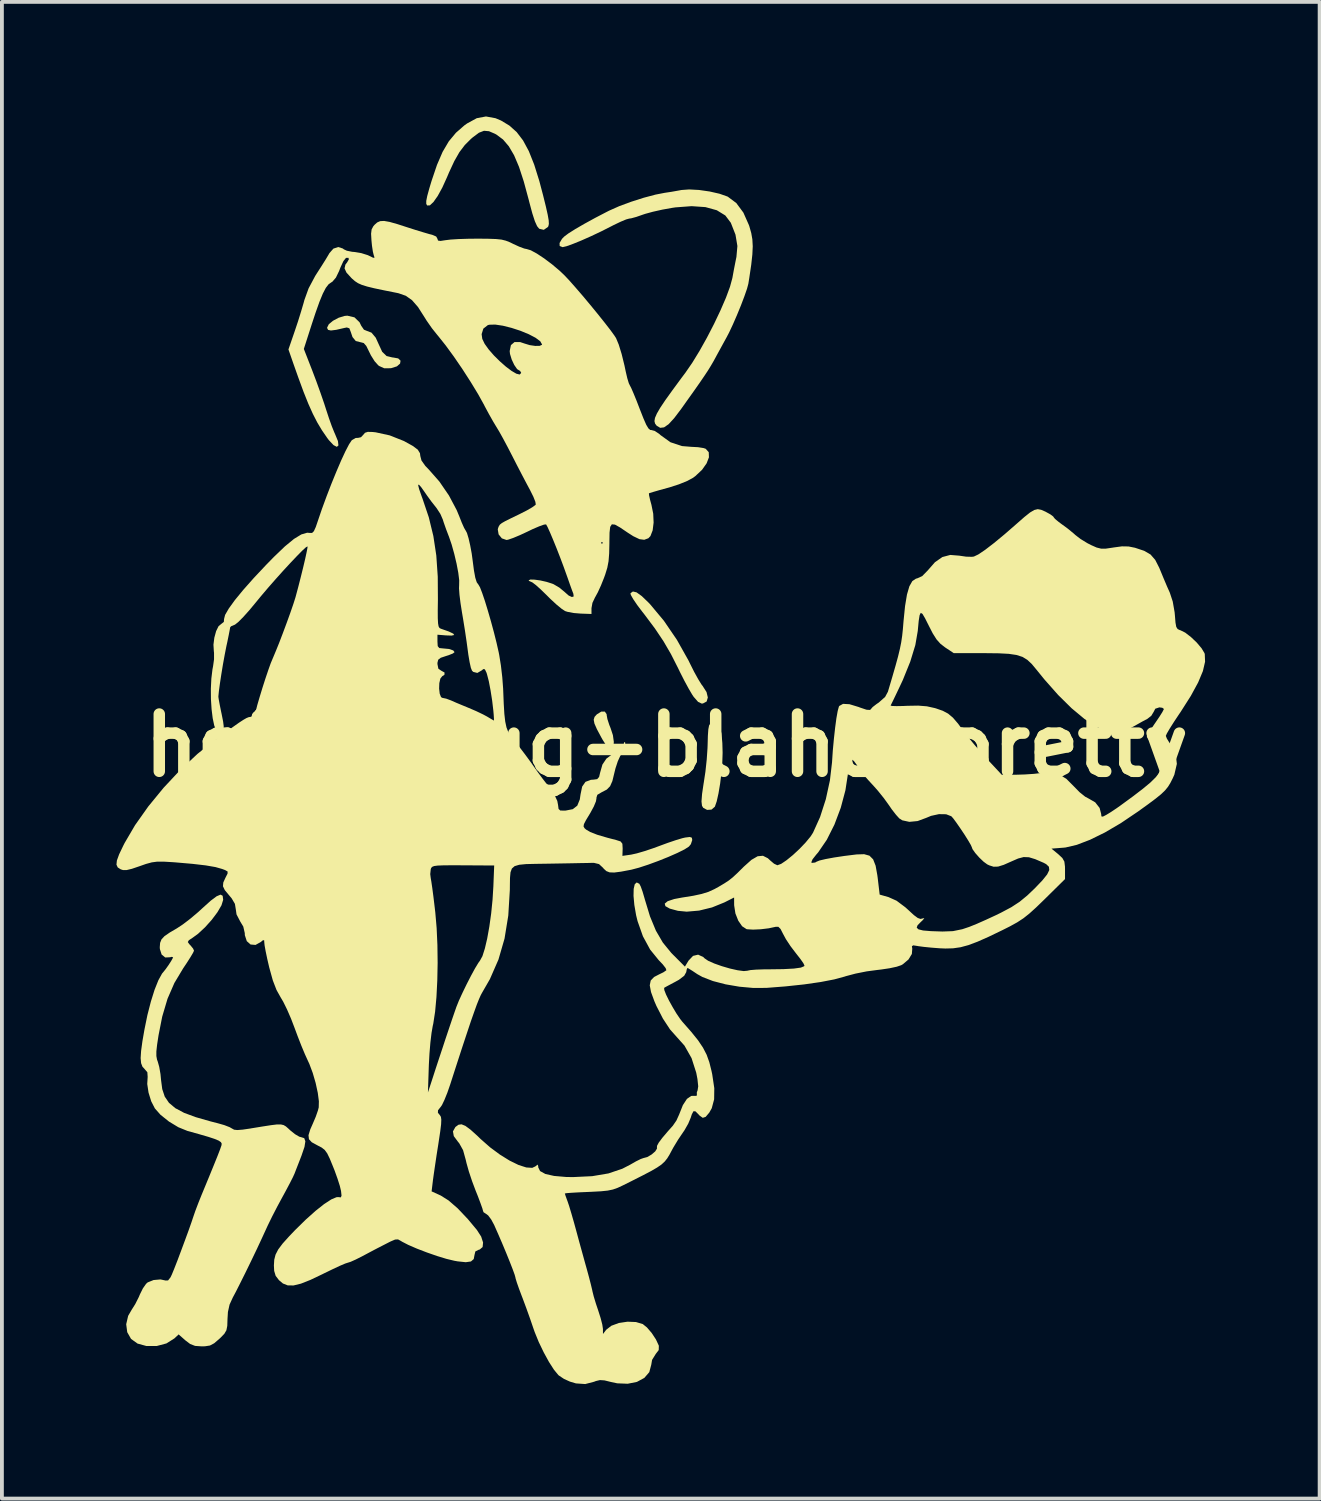
<source format=kicad_pcb>
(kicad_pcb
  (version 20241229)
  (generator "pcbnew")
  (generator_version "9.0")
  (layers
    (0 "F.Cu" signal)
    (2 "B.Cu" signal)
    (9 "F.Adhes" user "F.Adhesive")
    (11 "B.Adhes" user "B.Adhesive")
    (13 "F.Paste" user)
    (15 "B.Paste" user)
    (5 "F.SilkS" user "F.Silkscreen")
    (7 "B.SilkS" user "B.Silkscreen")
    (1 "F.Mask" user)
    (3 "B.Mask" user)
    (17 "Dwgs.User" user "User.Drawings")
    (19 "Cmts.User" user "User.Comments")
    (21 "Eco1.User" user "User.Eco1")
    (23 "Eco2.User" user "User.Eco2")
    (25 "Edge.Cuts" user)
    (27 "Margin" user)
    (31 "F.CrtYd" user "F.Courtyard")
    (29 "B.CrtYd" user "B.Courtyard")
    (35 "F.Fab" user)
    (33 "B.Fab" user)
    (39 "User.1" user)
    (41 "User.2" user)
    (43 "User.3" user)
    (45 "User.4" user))
  (footprint "heidi-hug-blahaj.pretty"
    (layer "F.Cu")
    (at 14.407 16.471)
    (property "Reference" "heidi-hug-blahaj.pretty" (at 0 0 0) (layer "F.SilkS") (effects (font (size 1.5 1.5) (thickness 0.3))))
    (attr board_only exclude_from_pos_files exclude_from_bom)
    (fp_poly (pts (xy -1.087 -0.083) (xy -1.081 -0.024) (xy -1.087 -0.017) (xy -1.117 -0.023) (xy -1.121 -0.05) (xy -1.102 -0.091)) (stroke (width 0) (type solid)) (fill yes) (layer "F.SilkS"))
    (fp_poly (pts (xy -1.571 -0.819) (xy -1.569 -0.794) (xy -1.55 -0.689) (xy -1.501 -0.538) (xy -1.466 -0.451) (xy -1.406 -0.268) (xy -1.382 -0.093) (xy -1.392 0.048) (xy -1.438 0.129) (xy -1.452 0.136) (xy -1.5 0.104) (xy -1.58 0.002) (xy -1.676 -0.149) (xy -1.713 -0.215) (xy -1.826 -0.427) (xy -1.89 -0.573) (xy -1.909 -0.673) (xy -1.886 -0.748) (xy -1.826 -0.814) (xy -1.711 -0.885) (xy -1.618 -0.886)) (stroke (width 0) (type solid)) (fill yes) (layer "F.SilkS"))
    (fp_poly (pts (xy 1.333 -0.569) (xy 1.396 -0.476) (xy 1.438 -0.31) (xy 1.46 -0.062) (xy 1.467 0.194) (xy 1.459 0.443) (xy 1.436 0.72) (xy 1.402 1) (xy 1.359 1.257) (xy 1.312 1.467) (xy 1.265 1.603) (xy 1.263 1.606) (xy 1.177 1.681) (xy 1.061 1.689) (xy 0.96 1.635) (xy 0.927 1.581) (xy 0.914 1.468) (xy 0.929 1.271) (xy 0.968 1.006) (xy 0.974 0.971) (xy 1.017 0.687) (xy 1.051 0.37) (xy 1.071 0.076) (xy 1.074 -0.000001) (xy 1.081 -0.252) (xy 1.093 -0.422) (xy 1.113 -0.524) (xy 1.148 -0.577) (xy 1.202 -0.596) (xy 1.247 -0.598)) (stroke (width 0) (type solid)) (fill yes) (layer "F.SilkS"))
    (fp_poly (pts (xy -0.786 -4.008) (xy -0.65 -3.91) (xy -0.467 -3.734) (xy -0.433 -3.698) (xy -0.072 -3.266) (xy 0.27 -2.765) (xy 0.572 -2.227) (xy 0.62 -2.129) (xy 0.724 -1.922) (xy 0.828 -1.734) (xy 0.914 -1.595) (xy 0.945 -1.555) (xy 1.046 -1.397) (xy 1.08 -1.255) (xy 1.049 -1.15) (xy 0.952 -1.098) (xy 0.917 -1.096) (xy 0.824 -1.141) (xy 0.709 -1.272) (xy 0.669 -1.332) (xy 0.579 -1.485) (xy 0.466 -1.693) (xy 0.35 -1.921) (xy 0.303 -2.019) (xy 0.115 -2.39) (xy -0.081 -2.727) (xy -0.305 -3.061) (xy -0.578 -3.426) (xy -0.635 -3.498) (xy -0.77 -3.677) (xy -0.874 -3.83) (xy -0.936 -3.939) (xy -0.947 -3.984) (xy -0.882 -4.031)) (stroke (width 0) (type solid)) (fill yes) (layer "F.SilkS"))
    (fp_poly (pts (xy -8.174 -11.21) (xy -8.041 -11.081) (xy -7.997 -10.99) (xy -7.926 -10.887) (xy -7.853 -10.857) (xy -7.729 -10.81) (xy -7.617 -10.677) (xy -7.539 -10.505) (xy -7.448 -10.308) (xy -7.333 -10.197) (xy -7.18 -10.16) (xy -7.169 -10.16) (xy -7.029 -10.135) (xy -6.967 -10.075) (xy -6.98 -9.999) (xy -7.062 -9.927) (xy -7.211 -9.88) (xy -7.227 -9.878) (xy -7.394 -9.876) (xy -7.525 -9.935) (xy -7.551 -9.954) (xy -7.646 -10.06) (xy -7.744 -10.216) (xy -7.789 -10.308) (xy -7.864 -10.46) (xy -7.931 -10.537) (xy -8.01 -10.558) (xy -8.014 -10.558) (xy -8.14 -10.59) (xy -8.226 -10.695) (xy -8.27 -10.825) (xy -8.308 -10.923) (xy -8.374 -10.945) (xy -8.436 -10.933) (xy -8.653 -10.883) (xy -8.791 -10.866) (xy -8.865 -10.882) (xy -8.89 -10.931) (xy -8.89 -10.942) (xy -8.846 -11.03) (xy -8.736 -11.121) (xy -8.588 -11.2) (xy -8.434 -11.247) (xy -8.36 -11.254)) (stroke (width 0) (type solid)) (fill yes) (layer "F.SilkS"))
    (fp_poly (pts (xy -4.48 -16.425) (xy -4.337 -16.365) (xy -4.118 -16.233) (xy -3.927 -16.063) (xy -3.759 -15.843) (xy -3.608 -15.563) (xy -3.468 -15.212) (xy -3.333 -14.78) (xy -3.235 -14.409) (xy -3.162 -14.114) (xy -3.114 -13.9) (xy -3.088 -13.753) (xy -3.083 -13.657) (xy -3.096 -13.598) (xy -3.11 -13.575) (xy -3.216 -13.502) (xy -3.331 -13.529) (xy -3.34 -13.535) (xy -3.392 -13.599) (xy -3.45 -13.728) (xy -3.516 -13.932) (xy -3.594 -14.222) (xy -3.612 -14.294) (xy -3.74 -14.767) (xy -3.865 -15.151) (xy -3.994 -15.455) (xy -4.132 -15.69) (xy -4.283 -15.867) (xy -4.453 -15.994) (xy -4.494 -16.017) (xy -4.652 -16.085) (xy -4.782 -16.096) (xy -4.914 -16.045) (xy -5.075 -15.925) (xy -5.125 -15.882) (xy -5.285 -15.722) (xy -5.426 -15.536) (xy -5.559 -15.303) (xy -5.699 -15.002) (xy -5.75 -14.881) (xy -5.873 -14.61) (xy -5.994 -14.389) (xy -6.106 -14.23) (xy -6.2 -14.143) (xy -6.27 -14.14) (xy -6.271 -14.141) (xy -6.294 -14.182) (xy -6.294 -14.26) (xy -6.268 -14.39) (xy -6.214 -14.587) (xy -6.156 -14.78) (xy -6.013 -15.203) (xy -5.866 -15.544) (xy -5.704 -15.819) (xy -5.517 -16.044) (xy -5.296 -16.237) (xy -5.223 -16.289) (xy -4.971 -16.426) (xy -4.73 -16.471)) (stroke (width 0) (type solid)) (fill yes) (layer "F.SilkS"))
    (fp_poly (pts (xy 0.85 -14.546) (xy 1.128 -14.506) (xy 1.387 -14.447) (xy 1.592 -14.375) (xy 1.605 -14.368) (xy 1.825 -14.204) (xy 2.011 -13.953) (xy 2.157 -13.624) (xy 2.169 -13.588) (xy 2.217 -13.418) (xy 2.246 -13.253) (xy 2.256 -13.072) (xy 2.246 -12.858) (xy 2.217 -12.591) (xy 2.167 -12.253) (xy 2.141 -12.09) (xy 2.106 -11.959) (xy 2.038 -11.763) (xy 1.948 -11.526) (xy 1.844 -11.272) (xy 1.737 -11.026) (xy 1.636 -10.811) (xy 1.569 -10.683) (xy 1.504 -10.565) (xy 1.411 -10.395) (xy 1.308 -10.207) (xy 1.299 -10.189) (xy 1.23 -10.063) (xy 1.162 -9.946) (xy 1.087 -9.824) (xy 0.995 -9.685) (xy 0.878 -9.513) (xy 0.726 -9.296) (xy 0.53 -9.021) (xy 0.384 -8.815) (xy 0.2 -8.572) (xy 0.053 -8.412) (xy -0.067 -8.329) (xy -0.167 -8.317) (xy -0.257 -8.37) (xy -0.262 -8.375) (xy -0.302 -8.428) (xy -0.318 -8.493) (xy -0.304 -8.577) (xy -0.255 -8.69) (xy -0.167 -8.842) (xy -0.034 -9.041) (xy 0.149 -9.296) (xy 0.386 -9.618) (xy 0.494 -9.762) (xy 0.673 -10.022) (xy 0.864 -10.334) (xy 1.057 -10.679) (xy 1.243 -11.039) (xy 1.411 -11.393) (xy 1.554 -11.723) (xy 1.66 -12.01) (xy 1.721 -12.234) (xy 1.724 -12.247) (xy 1.764 -12.467) (xy 1.81 -12.701) (xy 1.829 -12.792) (xy 1.854 -13.079) (xy 1.804 -13.376) (xy 1.682 -13.687) (xy 1.538 -13.878) (xy 1.315 -14.015) (xy 1.018 -14.097) (xy 0.655 -14.122) (xy 0.23 -14.09) (xy 0.137 -14.076) (xy -0.112 -14.031) (xy -0.357 -13.976) (xy -0.559 -13.921) (xy -0.633 -13.896) (xy -0.794 -13.84) (xy -0.926 -13.804) (xy -0.981 -13.796) (xy -1.061 -13.774) (xy -1.204 -13.714) (xy -1.382 -13.629) (xy -1.454 -13.592) (xy -1.711 -13.462) (xy -1.975 -13.337) (xy -2.227 -13.225) (xy -2.448 -13.135) (xy -2.619 -13.073) (xy -2.721 -13.049) (xy -2.725 -13.049) (xy -2.8 -13.079) (xy -2.803 -13.157) (xy -2.739 -13.266) (xy -2.683 -13.324) (xy -2.573 -13.407) (xy -2.391 -13.522) (xy -2.151 -13.661) (xy -1.872 -13.814) (xy -1.57 -13.971) (xy -1.503 -14.005) (xy -1.24 -14.122) (xy -0.926 -14.238) (xy -0.597 -14.343) (xy -0.288 -14.425) (xy -0.05 -14.471) (xy 0.128 -14.498) (xy 0.33 -14.534) (xy 0.388 -14.545) (xy 0.591 -14.56)) (stroke (width 0) (type solid)) (fill yes) (layer "F.SilkS"))
    (fp_poly (pts (xy -11.626 3.937) (xy -11.613 4.035) (xy -11.613 4.046) (xy -11.657 4.188) (xy -11.763 4.369) (xy -11.912 4.568) (xy -12.087 4.763) (xy -12.27 4.933) (xy -12.411 5.036) (xy -12.512 5.103) (xy -12.539 5.15) (xy -12.499 5.206) (xy -12.473 5.232) (xy -12.401 5.319) (xy -12.376 5.376) (xy -12.403 5.434) (xy -12.475 5.555) (xy -12.579 5.717) (xy -12.659 5.836) (xy -12.89 6.221) (xy -13.07 6.635) (xy -13.209 7.103) (xy -13.305 7.591) (xy -13.343 7.839) (xy -13.362 8.013) (xy -13.362 8.135) (xy -13.345 8.228) (xy -13.325 8.283) (xy -13.287 8.419) (xy -13.254 8.608) (xy -13.239 8.765) (xy -13.208 9.001) (xy -13.143 9.197) (xy -13.032 9.36) (xy -12.866 9.5) (xy -12.635 9.623) (xy -12.329 9.736) (xy -11.937 9.848) (xy -11.754 9.895) (xy -11.582 9.944) (xy -11.443 9.998) (xy -11.38 10.034) (xy -11.326 10.064) (xy -11.241 10.073) (xy -11.102 10.062) (xy -10.889 10.031) (xy -10.882 10.029) (xy -10.582 9.98) (xy -10.363 9.946) (xy -10.209 9.927) (xy -10.104 9.926) (xy -10.029 9.943) (xy -9.97 9.978) (xy -9.907 10.033) (xy -9.857 10.08) (xy -9.73 10.182) (xy -9.619 10.247) (xy -9.573 10.259) (xy -9.49 10.285) (xy -9.46 10.367) (xy -9.483 10.514) (xy -9.559 10.737) (xy -9.561 10.743) (xy -9.634 10.931) (xy -9.7 11.1) (xy -9.743 11.212) (xy -9.743 11.212) (xy -9.787 11.309) (xy -9.868 11.468) (xy -9.973 11.666) (xy -10.065 11.835) (xy -10.197 12.079) (xy -10.329 12.335) (xy -10.442 12.566) (xy -10.492 12.675) (xy -10.6 12.91) (xy -10.731 13.191) (xy -10.876 13.493) (xy -11.023 13.795) (xy -11.161 14.072) (xy -11.278 14.304) (xy -11.36 14.458) (xy -11.445 14.644) (xy -11.488 14.838) (xy -11.499 15.021) (xy -11.505 15.201) (xy -11.528 15.317) (xy -11.582 15.409) (xy -11.682 15.512) (xy -11.714 15.542) (xy -11.848 15.657) (xy -11.959 15.716) (xy -12.089 15.736) (xy -12.173 15.738) (xy -12.348 15.726) (xy -12.477 15.676) (xy -12.601 15.582) (xy -12.779 15.425) (xy -12.889 15.529) (xy -13.098 15.661) (xy -13.354 15.729) (xy -13.626 15.728) (xy -13.855 15.665) (xy -14.025 15.543) (xy -14.125 15.367) (xy -14.152 15.159) (xy -14.101 14.939) (xy -14.006 14.775) (xy -13.915 14.631) (xy -13.824 14.45) (xy -13.792 14.375) (xy -13.716 14.221) (xy -13.631 14.1) (xy -13.59 14.063) (xy -13.435 14.001) (xy -13.254 13.985) (xy -13.119 14.014) (xy -13.055 14.011) (xy -12.993 13.932) (xy -12.958 13.86) (xy -12.896 13.709) (xy -12.811 13.492) (xy -12.714 13.233) (xy -12.613 12.961) (xy -12.518 12.702) (xy -12.441 12.483) (xy -12.397 12.351) (xy -12.341 12.189) (xy -12.262 11.981) (xy -12.181 11.779) (xy -12.004 11.351) (xy -11.865 11.011) (xy -11.761 10.754) (xy -11.693 10.578) (xy -11.658 10.477) (xy -11.657 10.475) (xy -11.651 10.43) (xy -11.671 10.391) (xy -11.728 10.351) (xy -11.835 10.306) (xy -12.002 10.251) (xy -12.243 10.181) (xy -12.551 10.095) (xy -12.787 9.999) (xy -13.033 9.85) (xy -13.254 9.673) (xy -13.401 9.507) (xy -13.497 9.32) (xy -13.567 9.093) (xy -13.601 8.867) (xy -13.59 8.683) (xy -13.59 8.681) (xy -13.598 8.56) (xy -13.667 8.479) (xy -13.727 8.413) (xy -13.762 8.321) (xy -13.774 8.189) (xy -13.762 8.002) (xy -13.727 7.745) (xy -13.675 7.446) (xy -13.597 7.063) (xy -13.506 6.709) (xy -13.409 6.399) (xy -13.309 6.149) (xy -13.213 5.975) (xy -13.173 5.927) (xy -13.117 5.857) (xy -13.042 5.751) (xy -12.972 5.642) (xy -12.929 5.564) (xy -12.924 5.55) (xy -12.961 5.537) (xy -13.002 5.548) (xy -13.129 5.554) (xy -13.224 5.477) (xy -13.27 5.333) (xy -13.273 5.285) (xy -13.264 5.171) (xy -13.228 5.08) (xy -13.149 4.995) (xy -13.01 4.899) (xy -12.825 4.791) (xy -12.669 4.688) (xy -12.474 4.539) (xy -12.269 4.366) (xy -12.152 4.259) (xy -11.939 4.067) (xy -11.784 3.951) (xy -11.681 3.908)) (stroke (width 0) (type solid)) (fill yes) (layer "F.SilkS"))
    (fp_poly (pts (xy -7.252 -13.709) (xy -7.047 -13.651) (xy -6.803 -13.572) (xy -6.575 -13.499) (xy -6.368 -13.436) (xy -6.211 -13.39) (xy -6.138 -13.372) (xy -6.034 -13.327) (xy -6.001 -13.267) (xy -5.986 -13.221) (xy -5.922 -13.211) (xy -5.79 -13.231) (xy -5.658 -13.247) (xy -5.454 -13.26) (xy -5.205 -13.268) (xy -4.94 -13.271) (xy -4.931 -13.271) (xy -4.659 -13.268) (xy -4.465 -13.261) (xy -4.322 -13.246) (xy -4.21 -13.218) (xy -4.103 -13.176) (xy -4.018 -13.134) (xy -3.859 -13.061) (xy -3.727 -13.012) (xy -3.664 -12.999) (xy -3.557 -12.967) (xy -3.397 -12.88) (xy -3.205 -12.753) (xy -2.999 -12.598) (xy -2.801 -12.431) (xy -2.68 -12.316) (xy -2.551 -12.18) (xy -2.386 -11.993) (xy -2.197 -11.774) (xy -1.999 -11.537) (xy -1.804 -11.299) (xy -1.625 -11.075) (xy -1.475 -10.882) (xy -1.369 -10.736) (xy -1.324 -10.667) (xy -1.253 -10.496) (xy -1.177 -10.249) (xy -1.103 -9.948) (xy -1.069 -9.786) (xy -1.03 -9.618) (xy -0.99 -9.486) (xy -0.963 -9.43) (xy -0.928 -9.363) (xy -0.867 -9.223) (xy -0.788 -9.03) (xy -0.702 -8.807) (xy -0.605 -8.561) (xy -0.533 -8.397) (xy -0.476 -8.302) (xy -0.429 -8.261) (xy -0.399 -8.259) (xy -0.311 -8.236) (xy -0.196 -8.16) (xy -0.156 -8.124) (xy 0.102 -7.939) (xy 0.405 -7.839) (xy 0.649 -7.819) (xy 0.823 -7.81) (xy 0.967 -7.787) (xy 1.024 -7.768) (xy 1.104 -7.678) (xy 1.109 -7.545) (xy 1.048 -7.387) (xy 0.928 -7.217) (xy 0.754 -7.054) (xy 0.694 -7.009) (xy 0.542 -6.926) (xy 0.325 -6.838) (xy 0.075 -6.757) (xy 0.023 -6.743) (xy -0.178 -6.688) (xy -0.34 -6.641) (xy -0.441 -6.61) (xy -0.463 -6.601) (xy -0.459 -6.549) (xy -0.432 -6.429) (xy -0.397 -6.301) (xy -0.35 -6.067) (xy -0.34 -5.836) (xy -0.365 -5.632) (xy -0.423 -5.482) (xy -0.477 -5.425) (xy -0.585 -5.385) (xy -0.71 -5.401) (xy -0.873 -5.479) (xy -1.017 -5.571) (xy -1.218 -5.707) (xy -1.352 -5.782) (xy -1.434 -5.79) (xy -1.477 -5.723) (xy -1.494 -5.573) (xy -1.498 -5.333) (xy -1.498 -5.291) (xy -1.504 -5.026) (xy -1.52 -4.824) (xy -1.553 -4.652) (xy -1.608 -4.473) (xy -1.641 -4.383) (xy -1.72 -4.186) (xy -1.801 -4.009) (xy -1.867 -3.888) (xy -1.874 -3.877) (xy -1.942 -3.733) (xy -1.967 -3.594) (xy -1.967 -3.442) (xy -2.248 -3.452) (xy -2.43 -3.467) (xy -2.591 -3.497) (xy -2.658 -3.518) (xy -2.749 -3.578) (xy -2.886 -3.691) (xy -3.046 -3.839) (xy -3.136 -3.929) (xy -3.29 -4.079) (xy -3.422 -4.198) (xy -3.516 -4.269) (xy -3.547 -4.283) (xy -3.606 -4.309) (xy -3.611 -4.324) (xy -3.568 -4.344) (xy -3.457 -4.341) (xy -3.306 -4.32) (xy -3.143 -4.283) (xy -2.996 -4.236) (xy -2.963 -4.223) (xy -2.809 -4.133) (xy -2.673 -4.021) (xy -2.668 -4.016) (xy -2.565 -3.925) (xy -2.48 -3.886) (xy -2.433 -3.901) (xy -2.442 -3.972) (xy -2.475 -4.058) (xy -2.53 -4.21) (xy -2.596 -4.399) (xy -2.617 -4.457) (xy -2.694 -4.672) (xy -2.784 -4.912) (xy -2.879 -5.156) (xy -2.939 -5.304) (xy -1.718 -5.304) (xy -1.693 -5.279) (xy -1.668 -5.304) (xy -1.693 -5.329) (xy -1.718 -5.304) (xy -2.939 -5.304) (xy -2.972 -5.385) (xy -3.054 -5.579) (xy -3.118 -5.72) (xy -3.155 -5.787) (xy -3.156 -5.788) (xy -3.211 -5.782) (xy -3.335 -5.738) (xy -3.506 -5.665) (xy -3.636 -5.602) (xy -3.838 -5.508) (xy -4.017 -5.433) (xy -4.148 -5.388) (xy -4.193 -5.38) (xy -4.314 -5.422) (xy -4.399 -5.526) (xy -4.421 -5.655) (xy -4.412 -5.693) (xy -4.392 -5.743) (xy -4.365 -5.783) (xy -4.314 -5.823) (xy -4.223 -5.875) (xy -4.076 -5.948) (xy -3.857 -6.054) (xy -3.841 -6.062) (xy -3.662 -6.153) (xy -3.52 -6.235) (xy -3.437 -6.295) (xy -3.426 -6.31) (xy -3.437 -6.38) (xy -3.488 -6.51) (xy -3.568 -6.671) (xy -3.574 -6.683) (xy -3.666 -6.855) (xy -3.787 -7.085) (xy -3.92 -7.341) (xy -4.037 -7.57) (xy -4.16 -7.808) (xy -4.28 -8.033) (xy -4.384 -8.22) (xy -4.458 -8.342) (xy -4.544 -8.485) (xy -4.653 -8.678) (xy -4.764 -8.884) (xy -4.779 -8.915) (xy -4.934 -9.195) (xy -5.129 -9.516) (xy -5.346 -9.853) (xy -5.571 -10.182) (xy -5.786 -10.476) (xy -5.974 -10.712) (xy -6.003 -10.747) (xy -6.022 -10.77) (xy -4.844 -10.77) (xy -4.827 -10.646) (xy -4.765 -10.517) (xy -4.658 -10.368) (xy -4.521 -10.211) (xy -4.366 -10.058) (xy -4.208 -9.919) (xy -4.06 -9.808) (xy -3.936 -9.735) (xy -3.848 -9.713) (xy -3.81 -9.752) (xy -3.81 -9.762) (xy -3.839 -9.81) (xy -3.847 -9.812) (xy -3.915 -9.855) (xy -3.99 -9.964) (xy -4.057 -10.107) (xy -4.101 -10.252) (xy -4.109 -10.327) (xy -4.077 -10.483) (xy -3.984 -10.562) (xy -3.833 -10.562) (xy -3.726 -10.526) (xy -3.585 -10.483) (xy -3.441 -10.462) (xy -3.324 -10.464) (xy -3.264 -10.491) (xy -3.262 -10.501) (xy -3.308 -10.583) (xy -3.431 -10.675) (xy -3.611 -10.769) (xy -3.827 -10.858) (xy -4.06 -10.934) (xy -4.287 -10.991) (xy -4.488 -11.021) (xy -4.644 -11.017) (xy -4.683 -11.006) (xy -4.799 -10.915) (xy -4.844 -10.77) (xy -6.022 -10.77) (xy -6.145 -10.924) (xy -6.287 -11.128) (xy -6.346 -11.223) (xy -6.511 -11.481) (xy -6.667 -11.66) (xy -6.83 -11.775) (xy -7.019 -11.841) (xy -7.056 -11.849) (xy -7.396 -11.917) (xy -7.653 -11.971) (xy -7.842 -12.017) (xy -7.98 -12.06) (xy -8.081 -12.105) (xy -8.16 -12.157) (xy -8.233 -12.22) (xy -8.255 -12.241) (xy -8.384 -12.383) (xy -8.434 -12.493) (xy -8.411 -12.592) (xy -8.364 -12.654) (xy -8.32 -12.732) (xy -8.333 -12.769) (xy -8.395 -12.768) (xy -8.463 -12.685) (xy -8.542 -12.514) (xy -8.576 -12.425) (xy -8.66 -12.251) (xy -8.752 -12.144) (xy -8.778 -12.128) (xy -8.851 -12.077) (xy -8.925 -11.981) (xy -9.003 -11.831) (xy -9.092 -11.615) (xy -9.196 -11.322) (xy -9.292 -11.031) (xy -9.5 -10.383) (xy -9.277 -9.811) (xy -9.172 -9.533) (xy -9.064 -9.233) (xy -8.968 -8.955) (xy -8.915 -8.79) (xy -8.842 -8.568) (xy -8.768 -8.36) (xy -8.703 -8.199) (xy -8.684 -8.157) (xy -8.607 -7.97) (xy -8.594 -7.856) (xy -8.636 -7.819) (xy -8.722 -7.864) (xy -8.845 -7.995) (xy -8.891 -8.056) (xy -9.026 -8.253) (xy -9.148 -8.457) (xy -9.264 -8.683) (xy -9.382 -8.946) (xy -9.508 -9.261) (xy -9.649 -9.645) (xy -9.776 -10.004) (xy -9.903 -10.37) (xy -9.738 -10.85) (xy -9.654 -11.101) (xy -9.573 -11.361) (xy -9.506 -11.588) (xy -9.486 -11.663) (xy -9.375 -11.97) (xy -9.202 -12.295) (xy -9.157 -12.366) (xy -9.036 -12.554) (xy -8.925 -12.731) (xy -8.845 -12.865) (xy -8.83 -12.892) (xy -8.726 -13.01) (xy -8.599 -13.052) (xy -8.477 -13.012) (xy -8.455 -12.993) (xy -8.374 -12.955) (xy -8.236 -12.927) (xy -8.176 -12.922) (xy -7.995 -12.892) (xy -7.825 -12.839) (xy -7.792 -12.823) (xy -7.687 -12.772) (xy -7.65 -12.769) (xy -7.661 -12.817) (xy -7.668 -12.832) (xy -7.692 -12.93) (xy -7.716 -13.089) (xy -7.729 -13.223) (xy -7.739 -13.4) (xy -7.725 -13.513) (xy -7.681 -13.595) (xy -7.648 -13.634) (xy -7.578 -13.696) (xy -7.5 -13.73) (xy -7.398 -13.735)) (stroke (width 0) (type solid)) (fill yes) (layer "F.SilkS"))
    (fp_poly (pts (xy -7.699 -8.208) (xy -7.617 -8.199) (xy -7.251 -8.119) (xy -6.878 -7.971) (xy -6.649 -7.844) (xy -6.517 -7.746) (xy -6.459 -7.652) (xy -6.45 -7.58) (xy -6.419 -7.461) (xy -6.319 -7.32) (xy -6.222 -7.219) (xy -5.951 -6.911) (xy -5.7 -6.545) (xy -5.497 -6.162) (xy -5.431 -6.003) (xy -5.363 -5.831) (xy -5.304 -5.699) (xy -5.266 -5.632) (xy -5.263 -5.63) (xy -5.228 -5.563) (xy -5.186 -5.424) (xy -5.143 -5.236) (xy -5.104 -5.026) (xy -5.081 -4.856) (xy -5.045 -4.581) (xy -5.01 -4.391) (xy -4.972 -4.272) (xy -4.927 -4.21) (xy -4.926 -4.208) (xy -4.887 -4.141) (xy -4.83 -3.994) (xy -4.759 -3.785) (xy -4.682 -3.533) (xy -4.601 -3.253) (xy -4.523 -2.965) (xy -4.453 -2.686) (xy -4.396 -2.433) (xy -4.383 -2.366) (xy -4.339 -2.093) (xy -4.303 -1.782) (xy -4.281 -1.49) (xy -4.279 -1.444) (xy -4.265 -1.094) (xy -4.249 -0.827) (xy -4.226 -0.625) (xy -4.193 -0.471) (xy -4.146 -0.35) (xy -4.082 -0.243) (xy -3.996 -0.134) (xy -3.989 -0.125) (xy -3.861 0.033) (xy -3.705 0.238) (xy -3.548 0.452) (xy -3.499 0.523) (xy -3.368 0.707) (xy -3.248 0.87) (xy -3.158 0.986) (xy -3.129 1.021) (xy -2.96 1.242) (xy -2.862 1.456) (xy -2.842 1.564) (xy -2.829 1.664) (xy -2.784 1.705) (xy -2.678 1.708) (xy -2.641 1.706) (xy -2.457 1.67) (xy -2.339 1.578) (xy -2.273 1.415) (xy -2.254 1.284) (xy -2.211 1.078) (xy -2.124 0.954) (xy -1.982 0.901) (xy -1.91 0.896) (xy -1.817 0.883) (xy -1.767 0.824) (xy -1.74 0.71) (xy -1.681 0.502) (xy -1.577 0.347) (xy -1.402 0.216) (xy -1.347 0.184) (xy -1.204 0.109) (xy -1.137 0.093) (xy -1.14 0.142) (xy -1.204 0.261) (xy -1.215 0.279) (xy -1.278 0.416) (xy -1.339 0.602) (xy -1.37 0.728) (xy -1.42 0.934) (xy -1.48 1.069) (xy -1.565 1.156) (xy -1.695 1.224) (xy -1.701 1.227) (xy -1.814 1.294) (xy -1.838 1.372) (xy -1.836 1.381) (xy -1.85 1.464) (xy -1.907 1.602) (xy -1.997 1.768) (xy -2.012 1.793) (xy -2.111 1.957) (xy -2.164 2.059) (xy -2.175 2.122) (xy -2.15 2.167) (xy -2.11 2.203) (xy -2 2.268) (xy -1.816 2.34) (xy -1.547 2.419) (xy -1.32 2.478) (xy -1.205 2.515) (xy -1.158 2.575) (xy -1.151 2.694) (xy -1.151 2.707) (xy -1.157 2.893) (xy -0.927 2.86) (xy -0.782 2.828) (xy -0.576 2.768) (xy -0.343 2.69) (xy -0.199 2.637) (xy 0.029 2.553) (xy 0.242 2.481) (xy 0.412 2.43) (xy 0.486 2.413) (xy 0.608 2.398) (xy 0.661 2.417) (xy 0.672 2.477) (xy 0.636 2.586) (xy 0.585 2.649) (xy 0.47 2.723) (xy 0.283 2.816) (xy 0.047 2.92) (xy -0.215 3.025) (xy -0.479 3.122) (xy -0.723 3.202) (xy -0.923 3.255) (xy -0.939 3.258) (xy -1.193 3.306) (xy -1.371 3.329) (xy -1.492 3.325) (xy -1.577 3.292) (xy -1.645 3.23) (xy -1.666 3.204) (xy -1.77 3.108) (xy -1.903 3.076) (xy -1.956 3.076) (xy -2.065 3.079) (xy -2.253 3.082) (xy -2.502 3.087) (xy -2.791 3.092) (xy -3.083 3.097) (xy -3.424 3.102) (xy -3.679 3.108) (xy -3.86 3.126) (xy -3.98 3.162) (xy -4.052 3.225) (xy -4.088 3.325) (xy -4.101 3.47) (xy -4.104 3.668) (xy -4.105 3.785) (xy -4.146 4.456) (xy -4.244 5.059) (xy -4.403 5.608) (xy -4.628 6.122) (xy -4.826 6.466) (xy -4.865 6.537) (xy -4.911 6.64) (xy -4.969 6.785) (xy -5.039 6.979) (xy -5.127 7.229) (xy -5.232 7.544) (xy -5.36 7.931) (xy -5.512 8.399) (xy -5.667 8.88) (xy -5.742 9.096) (xy -5.818 9.284) (xy -5.882 9.418) (xy -5.913 9.463) (xy -5.986 9.555) (xy -5.989 9.62) (xy -5.935 9.686) (xy -5.91 9.728) (xy -5.9 9.801) (xy -5.905 9.92) (xy -5.927 10.102) (xy -5.966 10.362) (xy -5.978 10.442) (xy -6.022 10.72) (xy -6.062 10.989) (xy -6.096 11.221) (xy -6.119 11.387) (xy -6.121 11.405) (xy -6.154 11.679) (xy -5.913 11.789) (xy -5.711 11.916) (xy -5.471 12.124) (xy -5.203 12.407) (xy -4.968 12.689) (xy -4.856 12.863) (xy -4.806 13.018) (xy -4.818 13.137) (xy -4.894 13.202) (xy -4.918 13.207) (xy -5.008 13.252) (xy -5.03 13.342) (xy -5.051 13.452) (xy -5.124 13.515) (xy -5.259 13.534) (xy -5.471 13.512) (xy -5.56 13.496) (xy -5.764 13.447) (xy -6.013 13.371) (xy -6.28 13.278) (xy -6.54 13.178) (xy -6.764 13.081) (xy -6.927 12.997) (xy -6.959 12.977) (xy -7.033 12.937) (xy -7.111 12.941) (xy -7.228 12.991) (xy -7.266 13.01) (xy -7.414 13.086) (xy -7.54 13.151) (xy -7.57 13.166) (xy -7.664 13.215) (xy -7.813 13.294) (xy -7.978 13.382) (xy -8.141 13.464) (xy -8.275 13.524) (xy -8.351 13.548) (xy -8.352 13.548) (xy -8.419 13.57) (xy -8.555 13.628) (xy -8.743 13.716) (xy -8.964 13.823) (xy -9.012 13.847) (xy -9.329 13.998) (xy -9.577 14.096) (xy -9.77 14.143) (xy -9.922 14.141) (xy -10.047 14.092) (xy -10.151 14.005) (xy -10.238 13.891) (xy -10.277 13.761) (xy -10.284 13.619) (xy -10.275 13.469) (xy -10.241 13.336) (xy -10.171 13.2) (xy -10.054 13.044) (xy -9.881 12.852) (xy -9.732 12.696) (xy -9.453 12.422) (xy -9.195 12.191) (xy -8.968 12.011) (xy -8.78 11.889) (xy -8.643 11.831) (xy -8.586 11.83) (xy -8.53 11.836) (xy -8.513 11.789) (xy -8.526 11.669) (xy -8.557 11.538) (xy -8.617 11.349) (xy -8.695 11.132) (xy -8.735 11.032) (xy -8.821 10.822) (xy -8.888 10.684) (xy -8.953 10.595) (xy -9.031 10.533) (xy -9.14 10.476) (xy -9.151 10.47) (xy -9.292 10.393) (xy -9.366 10.313) (xy -9.378 10.209) (xy -9.332 10.057) (xy -9.264 9.903) (xy -9.189 9.727) (xy -9.131 9.561) (xy -9.11 9.48) (xy -9.106 9.319) (xy -9.135 9.096) (xy -9.137 9.089) (xy -6.25 9.089) (xy -6.12 8.691) (xy -6.051 8.477) (xy -5.962 8.207) (xy -5.866 7.918) (xy -5.793 7.695) (xy -5.707 7.439) (xy -5.624 7.192) (xy -5.552 6.983) (xy -5.505 6.848) (xy -5.44 6.686) (xy -5.346 6.481) (xy -5.237 6.256) (xy -5.123 6.034) (xy -5.017 5.839) (xy -4.93 5.695) (xy -4.886 5.634) (xy -4.823 5.519) (xy -4.76 5.321) (xy -4.698 5.057) (xy -4.642 4.745) (xy -4.594 4.401) (xy -4.558 4.041) (xy -4.536 3.683) (xy -4.536 3.677) (xy -4.515 3.145) (xy -5.329 3.14) (xy -5.631 3.139) (xy -5.848 3.141) (xy -5.996 3.147) (xy -6.087 3.159) (xy -6.139 3.18) (xy -6.165 3.21) (xy -6.176 3.24) (xy -6.19 3.37) (xy -6.177 3.473) (xy -6.161 3.566) (xy -6.136 3.737) (xy -6.106 3.966) (xy -6.074 4.232) (xy -6.057 4.378) (xy -6.022 4.784) (xy -6.002 5.23) (xy -5.996 5.695) (xy -6.005 6.155) (xy -6.027 6.588) (xy -6.062 6.972) (xy -6.11 7.285) (xy -6.124 7.346) (xy -6.156 7.531) (xy -6.186 7.783) (xy -6.21 8.072) (xy -6.226 8.364) (xy -6.227 8.392) (xy -6.25 9.089) (xy -9.137 9.089) (xy -9.191 8.839) (xy -9.267 8.578) (xy -9.356 8.34) (xy -9.396 8.254) (xy -9.472 8.087) (xy -9.567 7.859) (xy -9.667 7.602) (xy -9.739 7.408) (xy -9.835 7.157) (xy -9.94 6.915) (xy -10.04 6.712) (xy -10.107 6.599) (xy -10.216 6.404) (xy -10.312 6.155) (xy -10.402 5.83) (xy -10.405 5.82) (xy -10.458 5.592) (xy -10.5 5.391) (xy -10.527 5.241) (xy -10.534 5.178) (xy -10.54 5.1) (xy -10.577 5.106) (xy -10.625 5.147) (xy -10.765 5.225) (xy -10.895 5.214) (xy -10.994 5.126) (xy -11.045 4.97) (xy -11.047 4.915) (xy -11.086 4.744) (xy -11.164 4.615) (xy -11.263 4.425) (xy -11.281 4.298) (xy -11.305 4.15) (xy -11.391 4.004) (xy -11.455 3.928) (xy -11.569 3.791) (xy -11.618 3.689) (xy -11.609 3.589) (xy -11.554 3.468) (xy -11.498 3.358) (xy -11.496 3.303) (xy -11.561 3.265) (xy -11.642 3.235) (xy -11.815 3.186) (xy -12.071 3.142) (xy -12.415 3.102) (xy -12.853 3.064) (xy -12.935 3.058) (xy -13.169 3.044) (xy -13.34 3.044) (xy -13.482 3.063) (xy -13.633 3.104) (xy -13.798 3.162) (xy -14.001 3.231) (xy -14.138 3.264) (xy -14.234 3.265) (xy -14.297 3.245) (xy -14.374 3.195) (xy -14.407 3.123) (xy -14.396 3.014) (xy -14.338 2.854) (xy -14.23 2.628) (xy -14.193 2.555) (xy -13.919 2.087) (xy -13.573 1.598) (xy -13.173 1.11) (xy -12.737 0.644) (xy -12.285 0.222) (xy -11.878 -0.105) (xy -11.587 -0.317) (xy -11.365 -0.477) (xy -11.201 -0.593) (xy -11.083 -0.67) (xy -11.001 -0.717) (xy -10.943 -0.74) (xy -10.898 -0.747) (xy -10.892 -0.747) (xy -10.81 -0.779) (xy -10.761 -0.887) (xy -10.756 -0.909) (xy -10.72 -1.053) (xy -10.659 -1.262) (xy -10.585 -1.505) (xy -10.505 -1.754) (xy -10.429 -1.979) (xy -10.368 -2.15) (xy -10.351 -2.191) (xy -10.29 -2.336) (xy -10.24 -2.456) (xy -10.236 -2.465) (xy -10.148 -2.682) (xy -10.049 -2.941) (xy -9.947 -3.215) (xy -9.852 -3.478) (xy -9.774 -3.705) (xy -9.722 -3.868) (xy -9.717 -3.885) (xy -9.647 -4.146) (xy -9.579 -4.413) (xy -9.516 -4.668) (xy -9.463 -4.893) (xy -9.425 -5.07) (xy -9.404 -5.182) (xy -9.404 -5.212) (xy -9.446 -5.188) (xy -9.542 -5.1) (xy -9.68 -4.96) (xy -9.85 -4.781) (xy -10.041 -4.574) (xy -10.241 -4.351) (xy -10.439 -4.125) (xy -10.624 -3.907) (xy -10.758 -3.744) (xy -10.93 -3.537) (xy -11.087 -3.362) (xy -11.216 -3.232) (xy -11.303 -3.163) (xy -11.318 -3.157) (xy -11.405 -3.12) (xy -11.43 -3.091) (xy -11.44 -3.03) (xy -11.466 -2.895) (xy -11.504 -2.709) (xy -11.529 -2.595) (xy -11.572 -2.376) (xy -11.618 -2.123) (xy -11.661 -1.862) (xy -11.698 -1.618) (xy -11.725 -1.417) (xy -11.738 -1.284) (xy -11.738 -1.27) (xy -11.728 -1.201) (xy -11.702 -1.061) (xy -11.665 -0.878) (xy -11.654 -0.828) (xy -11.614 -0.626) (xy -11.598 -0.5) (xy -11.606 -0.429) (xy -11.637 -0.393) (xy -11.717 -0.354) (xy -11.74 -0.349) (xy -11.797 -0.395) (xy -11.847 -0.522) (xy -11.887 -0.712) (xy -11.916 -0.948) (xy -11.933 -1.212) (xy -11.935 -1.486) (xy -11.922 -1.752) (xy -11.893 -1.991) (xy -11.877 -2.073) (xy -11.852 -2.253) (xy -11.852 -2.426) (xy -11.857 -2.469) (xy -11.867 -2.637) (xy -11.844 -2.821) (xy -11.797 -2.993) (xy -11.734 -3.121) (xy -11.67 -3.175) (xy -11.595 -3.234) (xy -11.589 -3.312) (xy -11.562 -3.418) (xy -11.466 -3.584) (xy -11.307 -3.804) (xy -11.088 -4.071) (xy -10.816 -4.378) (xy -10.495 -4.72) (xy -10.285 -4.935) (xy -9.997 -5.211) (xy -9.759 -5.407) (xy -9.566 -5.525) (xy -9.413 -5.57) (xy -9.34 -5.564) (xy -9.284 -5.564) (xy -9.237 -5.61) (xy -9.187 -5.72) (xy -9.136 -5.87) (xy -9.027 -6.19) (xy -8.904 -6.525) (xy -8.792 -6.815) (xy -6.506 -6.815) (xy -6.481 -6.712) (xy -6.414 -6.521) (xy -6.393 -6.465) (xy -6.227 -5.972) (xy -6.108 -5.483) (xy -6.031 -4.974) (xy -5.993 -4.419) (xy -5.989 -3.821) (xy -5.993 -3.534) (xy -5.992 -3.331) (xy -5.985 -3.197) (xy -5.971 -3.117) (xy -5.947 -3.075) (xy -5.914 -3.057) (xy -5.704 -2.983) (xy -5.587 -2.927) (xy -5.563 -2.891) (xy -5.633 -2.876) (xy -5.777 -2.881) (xy -6.001 -2.899) (xy -6.001 -2.719) (xy -5.994 -2.6) (xy -5.954 -2.55) (xy -5.858 -2.54) (xy -5.856 -2.54) (xy -5.696 -2.525) (xy -5.587 -2.487) (xy -5.553 -2.442) (xy -5.597 -2.407) (xy -5.707 -2.363) (xy -5.777 -2.341) (xy -5.915 -2.295) (xy -5.981 -2.244) (xy -6.001 -2.164) (xy -6.001 -2.13) (xy -5.977 -2.009) (xy -5.902 -1.957) (xy -5.815 -1.909) (xy -5.818 -1.849) (xy -5.877 -1.811) (xy -5.925 -1.749) (xy -5.952 -1.631) (xy -5.957 -1.488) (xy -5.942 -1.356) (xy -5.907 -1.265) (xy -5.872 -1.245) (xy -5.773 -1.225) (xy -5.643 -1.177) (xy -5.635 -1.173) (xy -5.503 -1.115) (xy -5.323 -1.04) (xy -5.18 -0.981) (xy -4.989 -0.899) (xy -4.807 -0.812) (xy -4.706 -0.758) (xy -4.595 -0.692) (xy -4.529 -0.654) (xy -4.522 -0.651) (xy -4.521 -0.694) (xy -4.528 -0.807) (xy -4.537 -0.909) (xy -4.568 -1.173) (xy -4.61 -1.44) (xy -4.656 -1.681) (xy -4.703 -1.862) (xy -4.716 -1.903) (xy -4.759 -1.993) (xy -4.801 -1.999) (xy -4.84 -1.965) (xy -4.956 -1.898) (xy -5.063 -1.925) (xy -5.096 -1.957) (xy -5.126 -2.033) (xy -5.159 -2.181) (xy -5.192 -2.376) (xy -5.204 -2.467) (xy -5.237 -2.712) (xy -5.281 -3.01) (xy -5.33 -3.315) (xy -5.359 -3.486) (xy -5.397 -3.727) (xy -5.424 -3.945) (xy -5.436 -4.113) (xy -5.433 -4.199) (xy -5.431 -4.325) (xy -5.455 -4.52) (xy -5.5 -4.758) (xy -5.56 -5.013) (xy -5.629 -5.26) (xy -5.702 -5.473) (xy -5.708 -5.487) (xy -5.777 -5.668) (xy -5.837 -5.84) (xy -5.861 -5.916) (xy -5.925 -6.063) (xy -6.024 -6.215) (xy -6.043 -6.239) (xy -6.156 -6.382) (xy -6.28 -6.552) (xy -6.322 -6.614) (xy -6.428 -6.764) (xy -6.489 -6.832) (xy -6.506 -6.815) (xy -8.792 -6.815) (xy -8.775 -6.859) (xy -8.645 -7.177) (xy -8.522 -7.464) (xy -8.41 -7.705) (xy -8.316 -7.885) (xy -8.248 -7.987) (xy -8.239 -7.996) (xy -8.144 -8.051) (xy -8.079 -8.054) (xy -8.004 -8.071) (xy -7.948 -8.129) (xy -7.899 -8.187) (xy -7.826 -8.211)) (stroke (width 0) (type solid)) (fill yes) (layer "F.SilkS"))
    (fp_poly (pts (xy 9.81 -6.17) (xy 9.916 -6.124) (xy 9.928 -6.118) (xy 10.051 -6.05) (xy 10.125 -5.995) (xy 10.135 -5.978) (xy 10.173 -5.931) (xy 10.269 -5.851) (xy 10.344 -5.796) (xy 10.505 -5.678) (xy 10.66 -5.551) (xy 10.705 -5.51) (xy 10.841 -5.405) (xy 11.018 -5.297) (xy 11.115 -5.247) (xy 11.262 -5.182) (xy 11.378 -5.153) (xy 11.503 -5.153) (xy 11.68 -5.179) (xy 11.703 -5.183) (xy 11.925 -5.213) (xy 12.098 -5.21) (xy 12.267 -5.176) (xy 12.507 -5.096) (xy 12.674 -4.999) (xy 12.796 -4.859) (xy 12.901 -4.653) (xy 12.928 -4.588) (xy 13.016 -4.375) (xy 13.107 -4.16) (xy 13.179 -3.999) (xy 13.255 -3.768) (xy 13.304 -3.489) (xy 13.312 -3.403) (xy 13.327 -3.216) (xy 13.347 -3.105) (xy 13.382 -3.048) (xy 13.439 -3.02) (xy 13.458 -3.015) (xy 13.581 -2.954) (xy 13.732 -2.838) (xy 13.884 -2.693) (xy 14.01 -2.544) (xy 14.086 -2.417) (xy 14.094 -2.391) (xy 14.102 -2.192) (xy 14.045 -1.947) (xy 13.921 -1.65) (xy 13.729 -1.297) (xy 13.465 -0.882) (xy 13.418 -0.813) (xy 13.286 -0.614) (xy 13.177 -0.442) (xy 13.102 -0.314) (xy 13.074 -0.25) (xy 13.074 -0.249) (xy 13.102 -0.177) (xy 13.172 -0.065) (xy 13.204 -0.021) (xy 13.332 0.221) (xy 13.363 0.484) (xy 13.297 0.767) (xy 13.255 0.861) (xy 13.193 0.983) (xy 13.13 1.085) (xy 13.054 1.178) (xy 12.951 1.277) (xy 12.807 1.394) (xy 12.609 1.542) (xy 12.344 1.733) (xy 12.326 1.745) (xy 11.895 2.036) (xy 11.479 2.28) (xy 11.09 2.471) (xy 10.743 2.604) (xy 10.449 2.673) (xy 10.399 2.678) (xy 10.08 2.703) (xy 10.257 2.849) (xy 10.364 2.949) (xy 10.417 3.043) (xy 10.433 3.174) (xy 10.434 3.248) (xy 10.434 3.501) (xy 9.899 4.029) (xy 9.678 4.243) (xy 9.501 4.403) (xy 9.345 4.527) (xy 9.183 4.633) (xy 8.991 4.739) (xy 8.79 4.84) (xy 8.433 5.012) (xy 8.144 5.14) (xy 7.905 5.23) (xy 7.697 5.286) (xy 7.501 5.314) (xy 7.3 5.319) (xy 7.153 5.313) (xy 6.934 5.296) (xy 6.735 5.276) (xy 6.59 5.257) (xy 6.565 5.252) (xy 6.458 5.236) (xy 6.424 5.26) (xy 6.434 5.323) (xy 6.423 5.462) (xy 6.335 5.606) (xy 6.189 5.73) (xy 6.144 5.756) (xy 6.026 5.796) (xy 5.84 5.836) (xy 5.619 5.869) (xy 5.516 5.881) (xy 5.239 5.918) (xy 4.948 5.976) (xy 4.695 6.043) (xy 4.663 6.054) (xy 4.39 6.128) (xy 4.032 6.197) (xy 3.602 6.259) (xy 3.115 6.311) (xy 2.615 6.35) (xy 2.271 6.352) (xy 1.906 6.319) (xy 1.545 6.257) (xy 1.214 6.171) (xy 0.939 6.065) (xy 0.806 5.991) (xy 0.674 5.903) (xy 0.579 5.844) (xy 0.546 5.827) (xy 0.527 5.869) (xy 0.514 5.938) (xy 0.461 6.033) (xy 0.323 6.138) (xy 0.224 6.193) (xy 0.079 6.27) (xy -0.027 6.327) (xy -0.065 6.35) (xy -0.06 6.407) (xy -0.014 6.525) (xy 0.063 6.682) (xy 0.159 6.855) (xy 0.26 7.024) (xy 0.356 7.165) (xy 0.407 7.23) (xy 0.645 7.501) (xy 0.824 7.723) (xy 0.954 7.917) (xy 1.049 8.101) (xy 1.119 8.297) (xy 1.176 8.525) (xy 1.195 8.614) (xy 1.249 8.977) (xy 1.245 9.269) (xy 1.183 9.501) (xy 1.118 9.616) (xy 1.023 9.728) (xy 0.947 9.753) (xy 0.865 9.695) (xy 0.835 9.662) (xy 0.756 9.583) (xy 0.704 9.58) (xy 0.66 9.663) (xy 0.632 9.75) (xy 0.567 9.905) (xy 0.468 10.079) (xy 0.422 10.146) (xy 0.302 10.324) (xy 0.181 10.523) (xy 0.142 10.594) (xy 0.077 10.716) (xy 0.017 10.814) (xy -0.049 10.897) (xy -0.133 10.975) (xy -0.249 11.055) (xy -0.409 11.148) (xy -0.625 11.261) (xy -0.909 11.405) (xy -1.144 11.522) (xy -1.281 11.586) (xy -1.405 11.63) (xy -1.543 11.659) (xy -1.72 11.677) (xy -1.963 11.69) (xy -2.053 11.694) (xy -2.286 11.704) (xy -2.479 11.715) (xy -2.611 11.725) (xy -2.664 11.734) (xy -2.665 11.735) (xy -2.649 11.787) (xy -2.609 11.899) (xy -2.594 11.939) (xy -2.552 12.063) (xy -2.494 12.256) (xy -2.427 12.489) (xy -2.369 12.7) (xy -2.293 12.981) (xy -2.211 13.278) (xy -2.136 13.55) (xy -2.095 13.696) (xy -2.036 13.912) (xy -1.984 14.113) (xy -1.948 14.264) (xy -1.942 14.294) (xy -1.908 14.431) (xy -1.851 14.619) (xy -1.788 14.807) (xy -1.728 14.996) (xy -1.684 15.166) (xy -1.667 15.28) (xy -1.666 15.414) (xy -1.58 15.302) (xy -1.446 15.198) (xy -1.25 15.126) (xy -1.024 15.092) (xy -0.802 15.101) (xy -0.624 15.154) (xy -0.514 15.243) (xy -0.39 15.388) (xy -0.279 15.557) (xy -0.206 15.714) (xy -0.203 15.722) (xy -0.206 15.835) (xy -0.283 15.935) (xy -0.38 16.092) (xy -0.402 16.221) (xy -0.453 16.413) (xy -0.583 16.564) (xy -0.776 16.668) (xy -1.018 16.717) (xy -1.292 16.706) (xy -1.456 16.671) (xy -1.627 16.629) (xy -1.745 16.621) (xy -1.851 16.646) (xy -1.897 16.664) (xy -2.131 16.725) (xy -2.374 16.708) (xy -2.532 16.661) (xy -2.688 16.59) (xy -2.82 16.502) (xy -2.835 16.489) (xy -2.948 16.352) (xy -3.08 16.147) (xy -3.217 15.897) (xy -3.347 15.627) (xy -3.455 15.362) (xy -3.489 15.265) (xy -3.572 15.022) (xy -3.673 14.74) (xy -3.772 14.474) (xy -3.79 14.428) (xy -3.864 14.231) (xy -3.922 14.066) (xy -3.955 13.957) (xy -3.96 13.93) (xy -3.979 13.862) (xy -4.03 13.721) (xy -4.106 13.526) (xy -4.199 13.296) (xy -4.302 13.049) (xy -4.408 12.803) (xy -4.508 12.577) (xy -4.513 12.564) (xy -4.593 12.416) (xy -4.673 12.309) (xy -4.719 12.274) (xy -4.793 12.226) (xy -4.806 12.194) (xy -4.824 12.128) (xy -4.872 11.993) (xy -4.941 11.809) (xy -5.002 11.657) (xy -5.094 11.412) (xy -5.178 11.159) (xy -5.24 10.939) (xy -5.26 10.853) (xy -5.33 10.6) (xy -5.431 10.419) (xy -5.462 10.382) (xy -5.573 10.232) (xy -5.595 10.108) (xy -5.532 9.996) (xy -5.525 9.989) (xy -5.45 9.934) (xy -5.37 9.923) (xy -5.269 9.964) (xy -5.135 10.063) (xy -4.953 10.227) (xy -4.872 10.306) (xy -4.623 10.525) (xy -4.365 10.716) (xy -4.112 10.873) (xy -3.877 10.988) (xy -3.674 11.053) (xy -3.519 11.063) (xy -3.437 11.025) (xy -3.379 10.978) (xy -3.362 11.015) (xy -3.362 11.048) (xy -3.314 11.147) (xy -3.174 11.224) (xy -2.945 11.275) (xy -2.634 11.302) (xy -2.452 11.305) (xy -1.949 11.281) (xy -1.522 11.209) (xy -1.159 11.086) (xy -0.959 10.983) (xy -0.803 10.894) (xy -0.676 10.831) (xy -0.607 10.807) (xy -0.506 10.78) (xy -0.393 10.714) (xy -0.298 10.632) (xy -0.252 10.559) (xy -0.253 10.54) (xy -0.251 10.487) (xy -0.206 10.403) (xy -0.112 10.277) (xy 0.04 10.098) (xy 0.162 9.962) (xy 0.257 9.824) (xy 0.329 9.665) (xy 0.33 9.662) (xy 0.426 9.421) (xy 0.533 9.257) (xy 0.644 9.18) (xy 0.703 9.177) (xy 0.781 9.179) (xy 0.793 9.157) (xy 0.792 9.083) (xy 0.812 9.033) (xy 0.828 8.928) (xy 0.808 8.737) (xy 0.776 8.571) (xy 0.654 8.19) (xy 0.468 7.862) (xy 0.275 7.646) (xy 0.09 7.438) (xy -0.096 7.155) (xy -0.267 6.822) (xy -0.319 6.702) (xy -0.408 6.459) (xy -0.441 6.283) (xy -0.416 6.157) (xy -0.328 6.065) (xy -0.203 6) (xy -0.084 5.942) (xy -0.011 5.892) (xy -0.006 5.886) (xy -0.025 5.832) (xy -0.101 5.734) (xy -0.206 5.624) (xy -0.431 5.347) (xy -0.62 4.999) (xy -0.76 4.603) (xy -0.798 4.449) (xy -0.845 4.176) (xy -0.866 3.941) (xy -0.862 3.757) (xy -0.834 3.636) (xy -0.783 3.589) (xy -0.714 3.624) (xy -0.677 3.695) (xy -0.628 3.833) (xy -0.576 4.01) (xy -0.573 4.022) (xy -0.435 4.477) (xy -0.28 4.852) (xy -0.098 5.164) (xy 0.121 5.432) (xy 0.162 5.474) (xy 0.48 5.793) (xy 0.575 5.636) (xy 0.692 5.512) (xy 0.826 5.48) (xy 0.96 5.542) (xy 0.993 5.575) (xy 1.088 5.64) (xy 1.248 5.711) (xy 1.446 5.781) (xy 1.658 5.843) (xy 1.858 5.888) (xy 2.019 5.91) (xy 2.117 5.901) (xy 2.122 5.899) (xy 2.194 5.884) (xy 2.341 5.872) (xy 2.539 5.865) (xy 2.683 5.864) (xy 3.058 5.859) (xy 3.335 5.844) (xy 3.516 5.819) (xy 3.602 5.783) (xy 3.611 5.765) (xy 3.581 5.703) (xy 3.502 5.59) (xy 3.391 5.448) (xy 3.38 5.434) (xy 3.246 5.258) (xy 3.125 5.075) (xy 3.051 4.938) (xy 2.984 4.807) (xy 2.927 4.751) (xy 2.856 4.751) (xy 2.847 4.753) (xy 2.673 4.79) (xy 2.466 4.815) (xy 2.267 4.824) (xy 2.115 4.815) (xy 2.093 4.811) (xy 1.978 4.736) (xy 1.877 4.59) (xy 1.802 4.4) (xy 1.77 4.193) (xy 1.769 4.17) (xy 1.768 3.983) (xy 1.513 4.112) (xy 1.19 4.243) (xy 0.851 4.326) (xy 0.527 4.354) (xy 0.296 4.332) (xy 0.083 4.274) (xy -0.031 4.21) (xy -0.049 4.144) (xy 0.028 4.08) (xy 0.2 4.023) (xy 0.402 3.985) (xy 0.696 3.938) (xy 0.918 3.89) (xy 1.093 3.836) (xy 1.249 3.765) (xy 1.355 3.707) (xy 1.512 3.614) (xy 1.628 3.538) (xy 1.729 3.458) (xy 1.843 3.353) (xy 1.997 3.201) (xy 2.023 3.175) (xy 2.222 2.997) (xy 2.384 2.903) (xy 2.523 2.89) (xy 2.652 2.955) (xy 2.714 3.013) (xy 2.814 3.098) (xy 2.898 3.137) (xy 2.903 3.138) (xy 3 3.102) (xy 3.063 3.06) (xy 3.79 3.06) (xy 3.803 3.077) (xy 3.891 3.067) (xy 3.924 3.047) (xy 4.005 3.014) (xy 4.166 2.976) (xy 4.389 2.935) (xy 4.655 2.895) (xy 4.945 2.859) (xy 4.981 2.855) (xy 5.174 2.849) (xy 5.313 2.888) (xy 5.409 2.984) (xy 5.474 3.15) (xy 5.519 3.4) (xy 5.528 3.467) (xy 5.58 3.907) (xy 5.81 3.972) (xy 6.022 4.067) (xy 6.253 4.24) (xy 6.327 4.307) (xy 6.476 4.444) (xy 6.577 4.519) (xy 6.649 4.544) (xy 6.712 4.53) (xy 6.718 4.528) (xy 6.75 4.524) (xy 6.71 4.574) (xy 6.653 4.628) (xy 6.572 4.711) (xy 6.55 4.773) (xy 6.596 4.817) (xy 6.718 4.847) (xy 6.924 4.864) (xy 7.221 4.874) (xy 7.228 4.874) (xy 7.498 4.864) (xy 7.743 4.814) (xy 7.925 4.753) (xy 8.121 4.674) (xy 8.367 4.565) (xy 8.624 4.446) (xy 8.759 4.38) (xy 9.028 4.237) (xy 9.244 4.096) (xy 9.447 3.929) (xy 9.643 3.742) (xy 9.841 3.535) (xy 9.966 3.379) (xy 10.022 3.264) (xy 10.012 3.178) (xy 9.941 3.11) (xy 9.874 3.074) (xy 9.653 2.979) (xy 9.489 2.929) (xy 9.35 2.924) (xy 9.206 2.962) (xy 9.034 3.037) (xy 8.828 3.128) (xy 8.68 3.174) (xy 8.563 3.177) (xy 8.45 3.141) (xy 8.398 3.116) (xy 8.302 3.046) (xy 8.189 2.938) (xy 8.084 2.819) (xy 8.011 2.716) (xy 7.994 2.668) (xy 7.967 2.607) (xy 7.898 2.489) (xy 7.802 2.336) (xy 7.693 2.173) (xy 7.589 2.023) (xy 7.504 1.908) (xy 7.456 1.855) (xy 7.32 1.803) (xy 7.132 1.8) (xy 6.926 1.845) (xy 6.796 1.899) (xy 6.574 1.981) (xy 6.357 2.002) (xy 6.173 1.962) (xy 6.094 1.912) (xy 6.009 1.818) (xy 5.899 1.677) (xy 5.825 1.569) (xy 5.693 1.386) (xy 5.535 1.189) (xy 5.445 1.087) (xy 5.279 0.906) (xy 5.164 0.774) (xy 5.081 0.668) (xy 5.014 0.566) (xy 4.977 0.506) (xy 4.904 0.407) (xy 4.842 0.364) (xy 4.832 0.365) (xy 4.803 0.419) (xy 4.774 0.546) (xy 4.752 0.718) (xy 4.752 0.726) (xy 4.683 1.176) (xy 4.561 1.634) (xy 4.395 2.074) (xy 4.195 2.472) (xy 3.97 2.801) (xy 3.918 2.861) (xy 3.822 2.983) (xy 3.79 3.06) (xy 3.063 3.06) (xy 3.141 3.007) (xy 3.309 2.87) (xy 3.482 2.709) (xy 3.643 2.54) (xy 3.773 2.382) (xy 3.835 2.285) (xy 4.019 1.877) (xy 4.17 1.409) (xy 4.277 0.917) (xy 4.332 0.448) (xy 4.353 0.132) (xy 4.382 -0.179) (xy 4.414 -0.466) (xy 4.447 -0.713) (xy 4.481 -0.902) (xy 4.512 -1.015) (xy 4.522 -1.033) (xy 4.621 -1.088) (xy 4.789 -1.079) (xy 5.029 -1.006) (xy 5.064 -0.992) (xy 5.237 -0.934) (xy 5.329 -0.929) (xy 5.345 -0.945) (xy 5.396 -1.004) (xy 5.446 -1.043) (xy 5.866 -1.043) (xy 5.905 -1.033) (xy 6.022 -1.029) (xy 6.196 -1.032) (xy 6.304 -1.037) (xy 6.59 -1.042) (xy 6.816 -1.024) (xy 7.023 -0.978) (xy 7.054 -0.969) (xy 7.232 -0.907) (xy 7.373 -0.832) (xy 7.499 -0.726) (xy 7.633 -0.57) (xy 7.78 -0.37) (xy 7.905 -0.207) (xy 8.074 -0.003) (xy 8.261 0.212) (xy 8.385 0.348) (xy 8.779 0.77) (xy 9.146 0.768) (xy 9.379 0.761) (xy 9.62 0.745) (xy 9.792 0.725) (xy 10.057 0.71) (xy 10.273 0.756) (xy 10.469 0.875) (xy 10.667 1.074) (xy 10.816 1.226) (xy 10.962 1.343) (xy 11.061 1.396) (xy 11.225 1.491) (xy 11.34 1.638) (xy 11.38 1.792) (xy 11.387 1.859) (xy 11.426 1.865) (xy 11.517 1.818) (xy 11.638 1.744) (xy 11.793 1.64) (xy 11.878 1.58) (xy 12.214 1.334) (xy 12.476 1.133) (xy 12.672 0.97) (xy 12.81 0.834) (xy 12.901 0.717) (xy 12.952 0.611) (xy 12.972 0.505) (xy 12.974 0.462) (xy 12.954 0.326) (xy 12.885 0.188) (xy 12.775 0.044) (xy 12.67 -0.086) (xy 12.598 -0.188) (xy 12.576 -0.233) (xy 12.603 -0.291) (xy 12.674 -0.406) (xy 12.775 -0.558) (xy 12.8 -0.594) (xy 12.906 -0.75) (xy 12.985 -0.876) (xy 13.022 -0.949) (xy 13.024 -0.955) (xy 12.981 -0.986) (xy 12.905 -0.996) (xy 12.798 -0.961) (xy 12.757 -0.881) (xy 12.693 -0.775) (xy 12.589 -0.694) (xy 12.462 -0.627) (xy 12.3 -0.536) (xy 12.227 -0.495) (xy 12.013 -0.385) (xy 11.84 -0.333) (xy 11.675 -0.335) (xy 11.52 -0.371) (xy 11.248 -0.491) (xy 10.942 -0.694) (xy 10.608 -0.972) (xy 10.256 -1.319) (xy 9.893 -1.729) (xy 9.686 -1.984) (xy 9.564 -2.131) (xy 9.448 -2.24) (xy 9.32 -2.318) (xy 9.164 -2.368) (xy 8.962 -2.398) (xy 8.696 -2.412) (xy 8.35 -2.416) (xy 8.317 -2.416) (xy 7.52 -2.416) (xy 7.296 -2.565) (xy 7.173 -2.66) (xy 7.07 -2.775) (xy 6.969 -2.935) (xy 6.865 -3.138) (xy 6.768 -3.331) (xy 6.701 -3.444) (xy 6.656 -3.472) (xy 6.626 -3.411) (xy 6.602 -3.259) (xy 6.579 -3.012) (xy 6.578 -2.999) (xy 6.514 -2.628) (xy 6.382 -2.196) (xy 6.186 -1.711) (xy 6.093 -1.513) (xy 6.002 -1.322) (xy 5.927 -1.166) (xy 5.878 -1.067) (xy 5.866 -1.043) (xy 5.446 -1.043) (xy 5.502 -1.086) (xy 5.556 -1.122) (xy 5.723 -1.27) (xy 5.796 -1.406) (xy 5.908 -1.784) (xy 5.995 -2.085) (xy 6.061 -2.326) (xy 6.109 -2.525) (xy 6.144 -2.699) (xy 6.169 -2.867) (xy 6.188 -3.046) (xy 6.205 -3.253) (xy 6.205 -3.254) (xy 6.245 -3.649) (xy 6.295 -3.951) (xy 6.358 -4.167) (xy 6.436 -4.304) (xy 6.532 -4.368) (xy 6.559 -4.373) (xy 6.693 -4.433) (xy 6.829 -4.572) (xy 6.83 -4.572) (xy 7.028 -4.798) (xy 7.222 -4.933) (xy 7.429 -4.988) (xy 7.667 -4.969) (xy 7.673 -4.968) (xy 7.844 -4.943) (xy 7.996 -4.939) (xy 8.048 -4.946) (xy 8.163 -5.001) (xy 8.34 -5.12) (xy 8.573 -5.299) (xy 8.855 -5.532) (xy 9.164 -5.801) (xy 9.368 -5.98) (xy 9.517 -6.099) (xy 9.628 -6.165) (xy 9.72 -6.187)) (stroke (width 0) (type solid)) (fill yes) (layer "F.SilkS")))
  (gr_rect
    (start -3 -3)
    (end 31.509 36.196)
    (stroke (width 0.1) (type default))
    (fill no)
    (layer "Edge.Cuts")))
</source>
